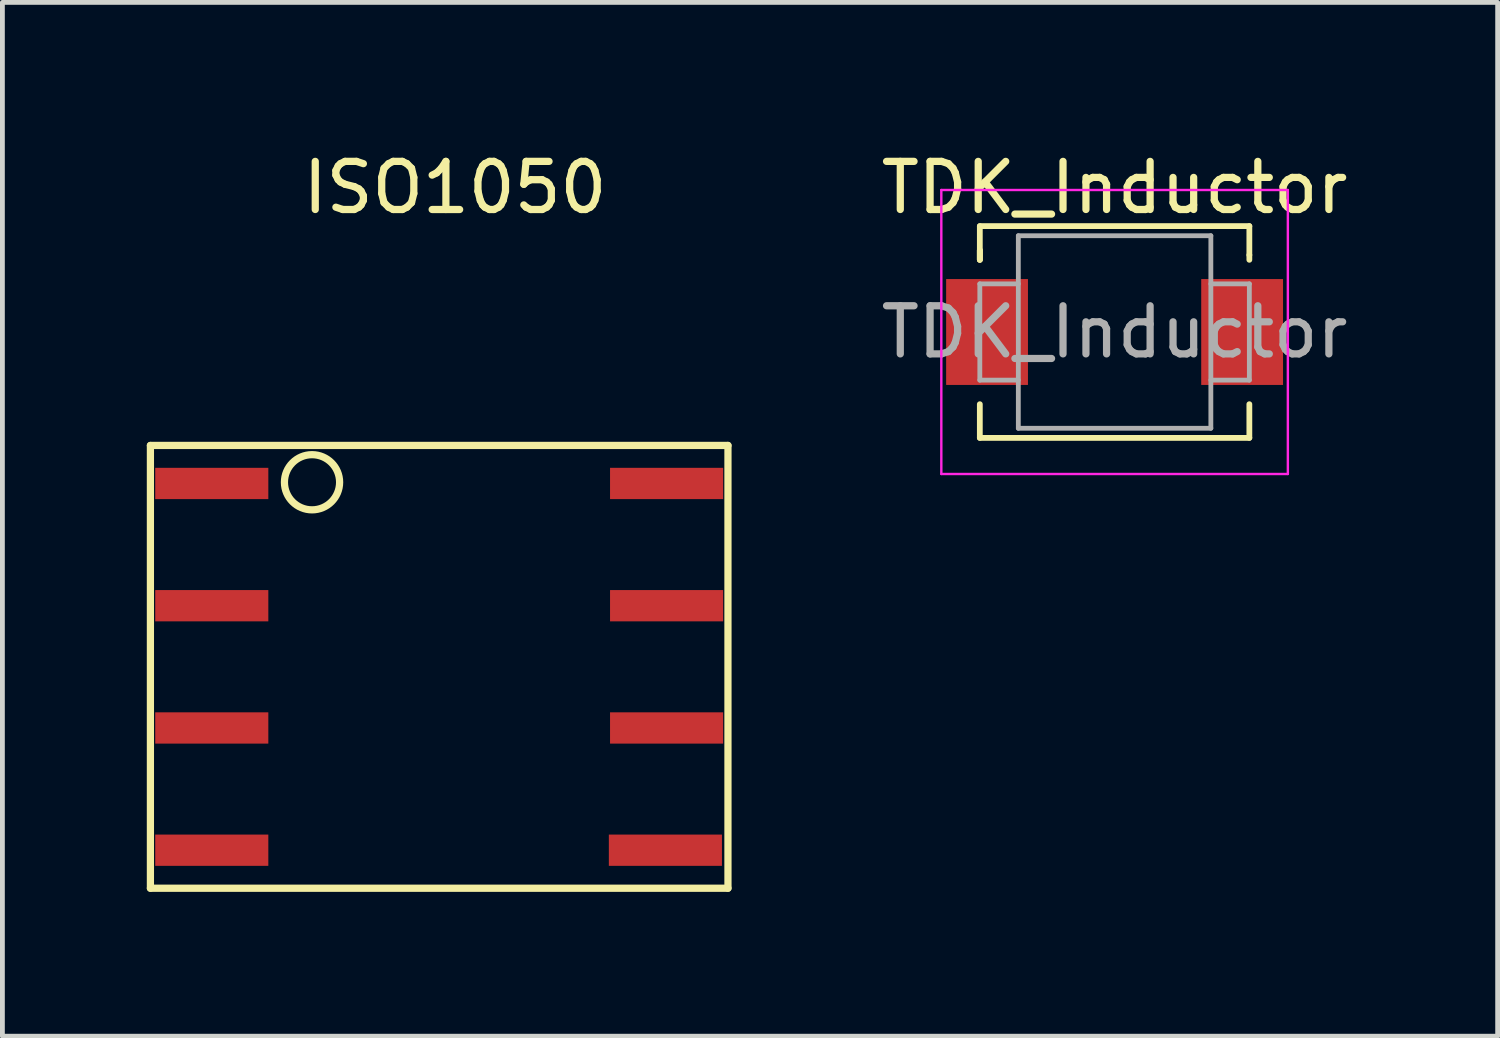
<source format=kicad_pcb>
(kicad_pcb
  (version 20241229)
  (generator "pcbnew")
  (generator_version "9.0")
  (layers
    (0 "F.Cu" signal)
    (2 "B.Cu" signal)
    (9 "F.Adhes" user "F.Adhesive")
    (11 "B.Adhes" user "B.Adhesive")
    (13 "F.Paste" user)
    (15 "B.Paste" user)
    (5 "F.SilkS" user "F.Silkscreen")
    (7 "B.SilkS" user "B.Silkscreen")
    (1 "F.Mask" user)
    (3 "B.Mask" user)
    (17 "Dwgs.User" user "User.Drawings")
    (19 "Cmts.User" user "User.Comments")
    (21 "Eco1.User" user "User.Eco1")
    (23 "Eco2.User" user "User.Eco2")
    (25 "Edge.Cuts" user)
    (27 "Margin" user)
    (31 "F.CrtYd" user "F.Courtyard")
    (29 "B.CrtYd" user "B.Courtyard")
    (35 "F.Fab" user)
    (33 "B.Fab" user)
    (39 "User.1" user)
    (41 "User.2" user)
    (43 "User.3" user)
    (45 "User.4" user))
  (footprint "ISO1050"
    (layer "F.Cu")
    (at 6.075 10.805)
    (property "Reference" "ISO1050" (at 0.33 -9.957 0) (layer "F.SilkS") (effects (font (size 1 1) (thickness 0.15))))
    (attr through_hole)
    (fp_line (start -6 -4.6) (end 6 -4.6) (stroke (width 0.15) (type solid)) (layer "F.SilkS"))
    (fp_line (start -6 4.6) (end -6 -4.6) (stroke (width 0.15) (type solid)) (layer "F.SilkS"))
    (fp_line (start -6 4.6) (end 6 4.6) (stroke (width 0.15) (type solid)) (layer "F.SilkS"))
    (fp_line (start 6 -4.6) (end 6 4.6) (stroke (width 0.15) (type solid)) (layer "F.SilkS"))
    (fp_circle (center -2.642 -3.835) (end -2.083 -3.962) (stroke (width 0.15) (type solid)) (fill no) (layer "F.SilkS"))
    (pad "1" smd rect (at -4.725 -3.81) (size 2.35 0.65) (layers "F.Cu" "F.Mask" "F.Paste"))
    (pad "2" smd rect (at -4.725 -1.27) (size 2.35 0.65) (layers "F.Cu" "F.Mask" "F.Paste"))
    (pad "3" smd rect (at -4.725 1.27) (size 2.35 0.65) (layers "F.Cu" "F.Mask" "F.Paste"))
    (pad "4" smd rect (at -4.725 3.81) (size 2.35 0.65) (layers "F.Cu" "F.Mask" "F.Paste"))
    (pad "5" smd rect (at 4.7 3.81) (size 2.35 0.65) (layers "F.Cu" "F.Mask" "F.Paste"))
    (pad "6" smd rect (at 4.725 1.27) (size 2.35 0.65) (layers "F.Cu" "F.Mask" "F.Paste"))
    (pad "7" smd rect (at 4.725 -1.27) (size 2.35 0.65) (layers "F.Cu" "F.Mask" "F.Paste"))
    (pad "8" smd rect (at 4.725 -3.81) (size 2.35 0.65) (layers "F.Cu" "F.Mask" "F.Paste")))
  (footprint "TDK_Inductor"
    (layer "F.Cu")
    (at 20.108 3.848)
    (property "Reference" "TDK_Inductor" (at 0 -3 0) (layer "F.SilkS") (effects (font (size 1 1) (thickness 0.15))))
    (attr smd)
    (fp_line (start -2.8 -2.2) (end -2.8 -1.5) (stroke (width 0.12) (type solid)) (layer "F.SilkS"))
    (fp_line (start -2.8 -1.7) (end -2.8 -1.5) (stroke (width 0.12) (type solid)) (layer "F.SilkS"))
    (fp_line (start -2.8 -1.5) (end -2.8 -1.7) (stroke (width 0.12) (type solid)) (layer "F.SilkS"))
    (fp_line (start -2.8 2.2) (end -2.8 1.5) (stroke (width 0.12) (type solid)) (layer "F.SilkS"))
    (fp_line (start 2.8 -2.2) (end -2.8 -2.2) (stroke (width 0.12) (type solid)) (layer "F.SilkS"))
    (fp_line (start 2.8 -2.2) (end 2.8 -1.6) (stroke (width 0.12) (type solid)) (layer "F.SilkS"))
    (fp_line (start 2.8 -1.6) (end 2.8 -1.5) (stroke (width 0.12) (type solid)) (layer "F.SilkS"))
    (fp_line (start 2.8 1.5) (end 2.8 2.2) (stroke (width 0.12) (type solid)) (layer "F.SilkS"))
    (fp_line (start 2.8 2.2) (end -2.8 2.2) (stroke (width 0.12) (type solid)) (layer "F.SilkS"))
    (fp_line (start -3.6 -2.95) (end -3.6 2.95) (stroke (width 0.05) (type solid)) (layer "F.CrtYd"))
    (fp_line (start -3.6 -2.95) (end 3.6 -2.95) (stroke (width 0.05) (type solid)) (layer "F.CrtYd"))
    (fp_line (start 3.6 2.95) (end -3.6 2.95) (stroke (width 0.05) (type solid)) (layer "F.CrtYd"))
    (fp_line (start 3.6 2.95) (end 3.6 -2.95) (stroke (width 0.05) (type solid)) (layer "F.CrtYd"))
    (fp_line (start -2.8 -1) (end -2 -1) (stroke (width 0.1) (type solid)) (layer "F.Fab"))
    (fp_line (start -2.8 1) (end -2.8 -1) (stroke (width 0.1) (type solid)) (layer "F.Fab"))
    (fp_line (start -2 -2) (end 2 -2) (stroke (width 0.1) (type solid)) (layer "F.Fab"))
    (fp_line (start -2 1) (end -2.8 1) (stroke (width 0.1) (type solid)) (layer "F.Fab"))
    (fp_line (start -2 2) (end -2 -2) (stroke (width 0.1) (type solid)) (layer "F.Fab"))
    (fp_line (start 2 -2) (end 2 2) (stroke (width 0.1) (type solid)) (layer "F.Fab"))
    (fp_line (start 2 -1) (end 2.8 -1) (stroke (width 0.1) (type solid)) (layer "F.Fab"))
    (fp_line (start 2 2) (end -2 2) (stroke (width 0.1) (type solid)) (layer "F.Fab"))
    (fp_line (start 2.8 -1) (end 2.8 1) (stroke (width 0.1) (type solid)) (layer "F.Fab"))
    (fp_line (start 2.8 1) (end 2 1) (stroke (width 0.1) (type solid)) (layer "F.Fab"))
    (fp_text user "${REFERENCE}" (at 0 0 0) (layer "F.Fab") (effects (font (size 1 1) (thickness 0.15))))
    (pad "1" smd rect (at -2.65 0) (size 1.7 2.2) (layers "F.Cu" "F.Mask" "F.Paste"))
    (pad "2" smd rect (at 2.65 0) (size 1.7 2.2) (layers "F.Cu" "F.Mask" "F.Paste")))
  (gr_rect
    (start -3 -3)
    (end 28.067 18.48)
    (stroke (width 0.1) (type default))
    (fill no)
    (layer "Edge.Cuts")))
</source>
